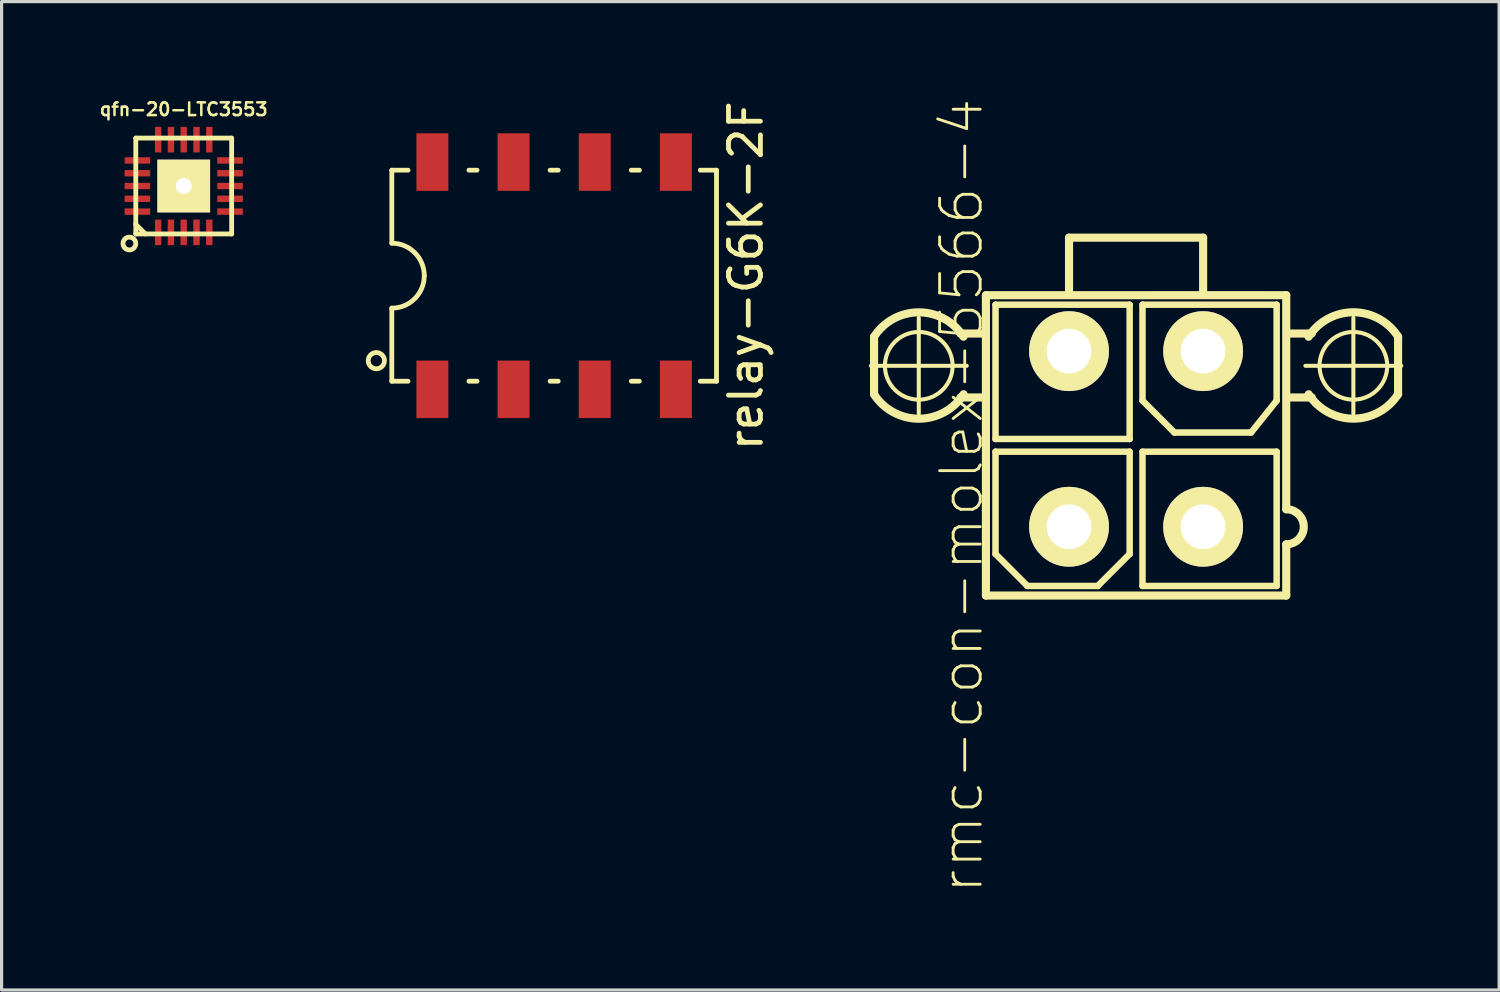
<source format=kicad_pcb>
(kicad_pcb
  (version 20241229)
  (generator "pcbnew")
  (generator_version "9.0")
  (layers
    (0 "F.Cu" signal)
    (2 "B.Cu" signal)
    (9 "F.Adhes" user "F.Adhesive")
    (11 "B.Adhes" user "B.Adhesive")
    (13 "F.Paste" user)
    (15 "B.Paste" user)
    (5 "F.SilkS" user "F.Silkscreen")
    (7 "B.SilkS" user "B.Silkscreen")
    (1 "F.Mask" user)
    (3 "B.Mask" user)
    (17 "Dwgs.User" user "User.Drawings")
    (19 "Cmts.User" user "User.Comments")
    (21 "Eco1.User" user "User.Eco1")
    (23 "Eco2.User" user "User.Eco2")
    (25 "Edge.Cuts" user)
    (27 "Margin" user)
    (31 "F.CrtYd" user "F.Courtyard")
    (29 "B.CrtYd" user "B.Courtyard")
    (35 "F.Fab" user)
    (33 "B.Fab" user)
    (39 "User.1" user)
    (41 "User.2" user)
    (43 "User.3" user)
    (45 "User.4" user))
  (footprint "qfn-20-LTC3553"
    (layer "F.Cu")
    (at 2.699 2.771)
    (property "Reference" "qfn-20-LTC3553" (at 0 -2.4 0) (layer "F.SilkS") (effects (font (size 0.399 0.399) (thickness 0.079))))
    (attr through_hole)
    (fp_line (start -1.5 -1.5) (end 1.5 -1.5) (stroke (width 0.15) (type solid)) (layer "F.SilkS"))
    (fp_line (start -1.5 1.2) (end -1.2 1.5) (stroke (width 0.15) (type solid)) (layer "F.SilkS"))
    (fp_line (start -1.5 1.5) (end -1.5 -1.5) (stroke (width 0.15) (type solid)) (layer "F.SilkS"))
    (fp_line (start 1.5 -1.5) (end 1.5 1.5) (stroke (width 0.15) (type solid)) (layer "F.SilkS"))
    (fp_line (start 1.5 1.5) (end -1.5 1.5) (stroke (width 0.15) (type solid)) (layer "F.SilkS"))
    (fp_circle (center -1.7 1.8) (end -1.5 1.8) (stroke (width 0.15) (type solid)) (fill no) (layer "F.SilkS"))
    (pad "1" smd rect (at -0.8 1.45) (size 0.2 0.8) (layers "F.Cu" "F.Mask" "F.Paste"))
    (pad "2" smd rect (at -0.4 1.45) (size 0.2 0.8) (layers "F.Cu" "F.Mask" "F.Paste"))
    (pad "3" smd rect (at 0 1.45) (size 0.2 0.8) (layers "F.Cu" "F.Mask" "F.Paste"))
    (pad "4" smd rect (at 0.4 1.45) (size 0.2 0.8) (layers "F.Cu" "F.Mask" "F.Paste"))
    (pad "5" smd rect (at 0.8 1.45) (size 0.2 0.8) (layers "F.Cu" "F.Mask" "F.Paste"))
    (pad "6" smd rect (at 1.45 0.8) (size 0.8 0.2) (layers "F.Cu" "F.Mask" "F.Paste"))
    (pad "7" smd rect (at 1.45 0.4) (size 0.8 0.2) (layers "F.Cu" "F.Mask" "F.Paste"))
    (pad "8" smd rect (at 1.45 0) (size 0.8 0.2) (layers "F.Cu" "F.Mask" "F.Paste"))
    (pad "9" smd rect (at 1.45 -0.4) (size 0.8 0.2) (layers "F.Cu" "F.Mask" "F.Paste"))
    (pad "10" smd rect (at 1.45 -0.8) (size 0.8 0.2) (layers "F.Cu" "F.Mask" "F.Paste"))
    (pad "11" smd rect (at 0.8 -1.45) (size 0.2 0.8) (layers "F.Cu" "F.Mask" "F.Paste"))
    (pad "12" smd rect (at 0.4 -1.45) (size 0.2 0.8) (layers "F.Cu" "F.Mask" "F.Paste"))
    (pad "13" smd rect (at 0 -1.45) (size 0.2 0.8) (layers "F.Cu" "F.Mask" "F.Paste"))
    (pad "14" smd rect (at -0.4 -1.45) (size 0.2 0.8) (layers "F.Cu" "F.Mask" "F.Paste"))
    (pad "15" smd rect (at -0.8 -1.45) (size 0.2 0.8) (layers "F.Cu" "F.Mask" "F.Paste"))
    (pad "16" smd rect (at -1.45 -0.8) (size 0.8 0.2) (layers "F.Cu" "F.Mask" "F.Paste"))
    (pad "17" smd rect (at -1.45 -0.4) (size 0.8 0.2) (layers "F.Cu" "F.Mask" "F.Paste"))
    (pad "18" smd rect (at -1.45 0) (size 0.8 0.2) (layers "F.Cu" "F.Mask" "F.Paste"))
    (pad "19" smd rect (at -1.45 0.4) (size 0.8 0.2) (layers "F.Cu" "F.Mask" "F.Paste"))
    (pad "20" smd rect (at -1.45 0.8) (size 0.8 0.2) (layers "F.Cu" "F.Mask" "F.Paste"))
    (pad "21" thru_hole rect (at 0 0) (size 1.65 1.65) (drill 0.5) (layers "*.Cu" "*.Mask" "F.SilkS")))
  (footprint "rmc-con-molex-5566-4"
    (layer "F.Cu")
    (at 32.501 10.686)
    (property "Reference" "rmc-con-molex-5566-4" (at -5.461 1.778 90) (layer "F.SilkS") (effects (font (size 1.27 1.27) (thickness 0.089))))
    (attr exclude_from_pos_files exclude_from_bom)
    (fp_line (start -8.298 -2.289) (end -5.298 -2.289) (stroke (width 0.127) (type solid)) (layer "F.SilkS"))
    (fp_line (start -8.199 -3.198) (end -8.199 -1.4) (stroke (width 0.254) (type solid)) (layer "F.SilkS"))
    (fp_line (start -6.8 -0.79) (end -6.8 -3.79) (stroke (width 0.127) (type solid)) (layer "F.SilkS"))
    (fp_line (start -5.499 -3.299) (end -4.798 -3.299) (stroke (width 0.254) (type solid)) (layer "F.SilkS"))
    (fp_line (start -5.499 -1.298) (end -4.798 -1.298) (stroke (width 0.254) (type solid)) (layer "F.SilkS"))
    (fp_line (start -4.699 -4.498) (end 4.699 -4.498) (stroke (width 0.254) (type solid)) (layer "F.SilkS"))
    (fp_line (start -4.699 4.9) (end -4.699 -4.498) (stroke (width 0.254) (type solid)) (layer "F.SilkS"))
    (fp_line (start -4.399 -4.201) (end -0.201 -4.201) (stroke (width 0.203) (type solid)) (layer "F.SilkS"))
    (fp_line (start -4.399 0) (end -4.399 -4.201) (stroke (width 0.203) (type solid)) (layer "F.SilkS"))
    (fp_line (start -4.399 0.399) (end -0.201 0.399) (stroke (width 0.203) (type solid)) (layer "F.SilkS"))
    (fp_line (start -4.399 3.599) (end -4.399 0.399) (stroke (width 0.203) (type solid)) (layer "F.SilkS"))
    (fp_line (start -3.401 4.6) (end -4.399 3.599) (stroke (width 0.203) (type solid)) (layer "F.SilkS"))
    (fp_line (start -2.098 -6.299) (end -2.098 -4.6) (stroke (width 0.254) (type solid)) (layer "F.SilkS"))
    (fp_line (start -2.098 -6.299) (end 2.098 -6.299) (stroke (width 0.254) (type solid)) (layer "F.SilkS"))
    (fp_line (start -1.199 4.6) (end -3.401 4.6) (stroke (width 0.203) (type solid)) (layer "F.SilkS"))
    (fp_line (start -0.201 -4.201) (end -0.201 0) (stroke (width 0.203) (type solid)) (layer "F.SilkS"))
    (fp_line (start -0.201 0) (end -4.399 0) (stroke (width 0.203) (type solid)) (layer "F.SilkS"))
    (fp_line (start -0.201 0.399) (end -0.201 3.599) (stroke (width 0.203) (type solid)) (layer "F.SilkS"))
    (fp_line (start -0.201 3.599) (end -1.199 4.6) (stroke (width 0.203) (type solid)) (layer "F.SilkS"))
    (fp_line (start 0.201 -4.201) (end 4.399 -4.201) (stroke (width 0.203) (type solid)) (layer "F.SilkS"))
    (fp_line (start 0.201 -1.199) (end 0.201 -4.201) (stroke (width 0.203) (type solid)) (layer "F.SilkS"))
    (fp_line (start 0.201 0.399) (end 4.399 0.399) (stroke (width 0.203) (type solid)) (layer "F.SilkS"))
    (fp_line (start 0.201 4.6) (end 0.201 0.399) (stroke (width 0.203) (type solid)) (layer "F.SilkS"))
    (fp_line (start 1.199 -0.201) (end 0.201 -1.199) (stroke (width 0.203) (type solid)) (layer "F.SilkS"))
    (fp_line (start 2.098 -6.299) (end 2.098 -4.6) (stroke (width 0.254) (type solid)) (layer "F.SilkS"))
    (fp_line (start 3.599 -0.201) (end 1.199 -0.201) (stroke (width 0.203) (type solid)) (layer "F.SilkS"))
    (fp_line (start 3.599 -0.201) (end 4.399 -1.199) (stroke (width 0.203) (type solid)) (layer "F.SilkS"))
    (fp_line (start 4 -4.501) (end 0.5 -4.501) (stroke (width 0.203) (type solid)) (layer "F.SilkS"))
    (fp_line (start 4.399 -1.199) (end 4.399 -4.201) (stroke (width 0.203) (type solid)) (layer "F.SilkS"))
    (fp_line (start 4.399 0.399) (end 4.399 4.6) (stroke (width 0.203) (type solid)) (layer "F.SilkS"))
    (fp_line (start 4.399 4.6) (end 0.201 4.6) (stroke (width 0.203) (type solid)) (layer "F.SilkS"))
    (fp_line (start 4.699 -4.498) (end 4.699 2.2) (stroke (width 0.254) (type solid)) (layer "F.SilkS"))
    (fp_line (start 4.699 3.299) (end 4.699 4.9) (stroke (width 0.254) (type solid)) (layer "F.SilkS"))
    (fp_line (start 4.699 4.9) (end -4.699 4.9) (stroke (width 0.254) (type solid)) (layer "F.SilkS"))
    (fp_line (start 5.298 -2.289) (end 8.298 -2.289) (stroke (width 0.127) (type solid)) (layer "F.SilkS"))
    (fp_line (start 5.499 -3.299) (end 4.798 -3.299) (stroke (width 0.254) (type solid)) (layer "F.SilkS"))
    (fp_line (start 5.499 -1.298) (end 4.798 -1.298) (stroke (width 0.254) (type solid)) (layer "F.SilkS"))
    (fp_line (start 6.8 -0.79) (end 6.8 -3.79) (stroke (width 0.127) (type solid)) (layer "F.SilkS"))
    (fp_line (start 8.199 -1.4) (end 8.199 -3.198) (stroke (width 0.254) (type solid)) (layer "F.SilkS"))
    (fp_arc (start -8.19912 -3.19786) (mid -6.800467 -3.96219) (end -5.400999 -3.199352) (stroke (width 0.254) (type solid)) (layer "F.SilkS"))
    (fp_arc (start -5.3975 -1.39954) (mid -6.797319 -0.633073) (end -8.199214 -1.395737) (stroke (width 0.254) (type solid)) (layer "F.SilkS"))
    (fp_arc (start 4.699 2.19964) (mid 5.24764 2.74828) (end 4.699 3.29692) (stroke (width 0.254) (type solid)) (layer "F.SilkS"))
    (fp_arc (start 5.3975 -3.19786) (mid 6.797319 -3.964327) (end 8.199214 -3.201663) (stroke (width 0.254) (type solid)) (layer "F.SilkS"))
    (fp_arc (start 8.19912 -1.39954) (mid 6.800467 -0.63521) (end 5.400999 -1.398048) (stroke (width 0.254) (type solid)) (layer "F.SilkS"))
    (fp_circle (center -6.8 -2.289) (end -7.549 -3.038) (stroke (width 0.127) (type solid)) (fill no) (layer "F.SilkS"))
    (fp_circle (center 6.8 -2.289) (end 7.549 -3.038) (stroke (width 0.127) (type solid)) (fill no) (layer "F.SilkS"))
    (pad "1" thru_hole circle (at 2.098 2.748) (size 2.499 2.499) (drill 1.4) (layers "*.Cu" "*.Mask" "F.SilkS"))
    (pad "2" thru_hole circle (at -2.098 2.748) (size 2.499 2.499) (drill 1.4) (layers "*.Cu" "*.Mask" "F.SilkS"))
    (pad "3" thru_hole circle (at 2.098 -2.748) (size 2.499 2.499) (drill 1.4) (layers "*.Cu" "*.Mask" "F.SilkS"))
    (pad "4" thru_hole circle (at -2.098 -2.748) (size 2.499 2.499) (drill 1.4) (layers "*.Cu" "*.Mask" "F.SilkS")))
  (footprint "relay-G6K-2F"
    (layer "F.Cu")
    (at 14.291 5.577)
    (property "Reference" "relay-G6K-2F" (at 6 0 90) (layer "F.SilkS") (effects (font (size 1 1) (thickness 0.15))))
    (attr through_hole)
    (fp_line (start -5.08 -3.302) (end -5.08 -1.016) (stroke (width 0.15) (type solid)) (layer "F.SilkS"))
    (fp_line (start -5.08 -3.302) (end -4.572 -3.302) (stroke (width 0.15) (type solid)) (layer "F.SilkS"))
    (fp_line (start -5.08 1.016) (end -5.08 3.302) (stroke (width 0.15) (type solid)) (layer "F.SilkS"))
    (fp_line (start -5.08 3.302) (end -4.572 3.302) (stroke (width 0.15) (type solid)) (layer "F.SilkS"))
    (fp_line (start -2.667 -3.302) (end -2.413 -3.302) (stroke (width 0.15) (type solid)) (layer "F.SilkS"))
    (fp_line (start -2.667 3.302) (end -2.413 3.302) (stroke (width 0.15) (type solid)) (layer "F.SilkS"))
    (fp_line (start -0.127 -3.302) (end 0.127 -3.302) (stroke (width 0.15) (type solid)) (layer "F.SilkS"))
    (fp_line (start -0.127 3.302) (end 0.127 3.302) (stroke (width 0.15) (type solid)) (layer "F.SilkS"))
    (fp_line (start 2.413 -3.302) (end 2.667 -3.302) (stroke (width 0.15) (type solid)) (layer "F.SilkS"))
    (fp_line (start 2.413 3.302) (end 2.667 3.302) (stroke (width 0.15) (type solid)) (layer "F.SilkS"))
    (fp_line (start 5.08 -3.302) (end 4.572 -3.302) (stroke (width 0.15) (type solid)) (layer "F.SilkS"))
    (fp_line (start 5.08 -3.302) (end 5.08 3.302) (stroke (width 0.15) (type solid)) (layer "F.SilkS"))
    (fp_line (start 5.08 3.302) (end 4.572 3.302) (stroke (width 0.15) (type solid)) (layer "F.SilkS"))
    (fp_arc (start -5.08 -1.016) (mid -4.36158 -0.71842) (end -4.064 0) (stroke (width 0.15) (type solid)) (layer "F.SilkS"))
    (fp_arc (start -4.064 0) (mid -4.36158 0.71842) (end -5.08 1.016) (stroke (width 0.15) (type solid)) (layer "F.SilkS"))
    (fp_circle (center -5.564 2.659) (end -5.31 2.659) (stroke (width 0.15) (type solid)) (fill no) (layer "F.SilkS"))
    (pad "1" smd rect (at -3.81 3.556) (size 1 1.8) (layers "F.Cu" "F.Mask" "F.Paste"))
    (pad "2" smd rect (at -1.27 3.556) (size 1 1.8) (layers "F.Cu" "F.Mask" "F.Paste"))
    (pad "3" smd rect (at 1.27 3.556) (size 1 1.8) (layers "F.Cu" "F.Mask" "F.Paste"))
    (pad "4" smd rect (at 3.81 3.556) (size 1 1.8) (layers "F.Cu" "F.Mask" "F.Paste"))
    (pad "5" smd rect (at 3.81 -3.556) (size 1 1.8) (layers "F.Cu" "F.Mask" "F.Paste"))
    (pad "6" smd rect (at 1.27 -3.556) (size 1 1.8) (layers "F.Cu" "F.Mask" "F.Paste"))
    (pad "7" smd rect (at -1.27 -3.556) (size 1 1.8) (layers "F.Cu" "F.Mask" "F.Paste"))
    (pad "8" smd rect (at -3.81 -3.556) (size 1 1.8) (layers "F.Cu" "F.Mask" "F.Paste")))
  (gr_rect
    (start -3 -3)
    (end 43.862 27.929)
    (stroke (width 0.1) (type default))
    (fill no)
    (layer "Edge.Cuts")))
</source>
